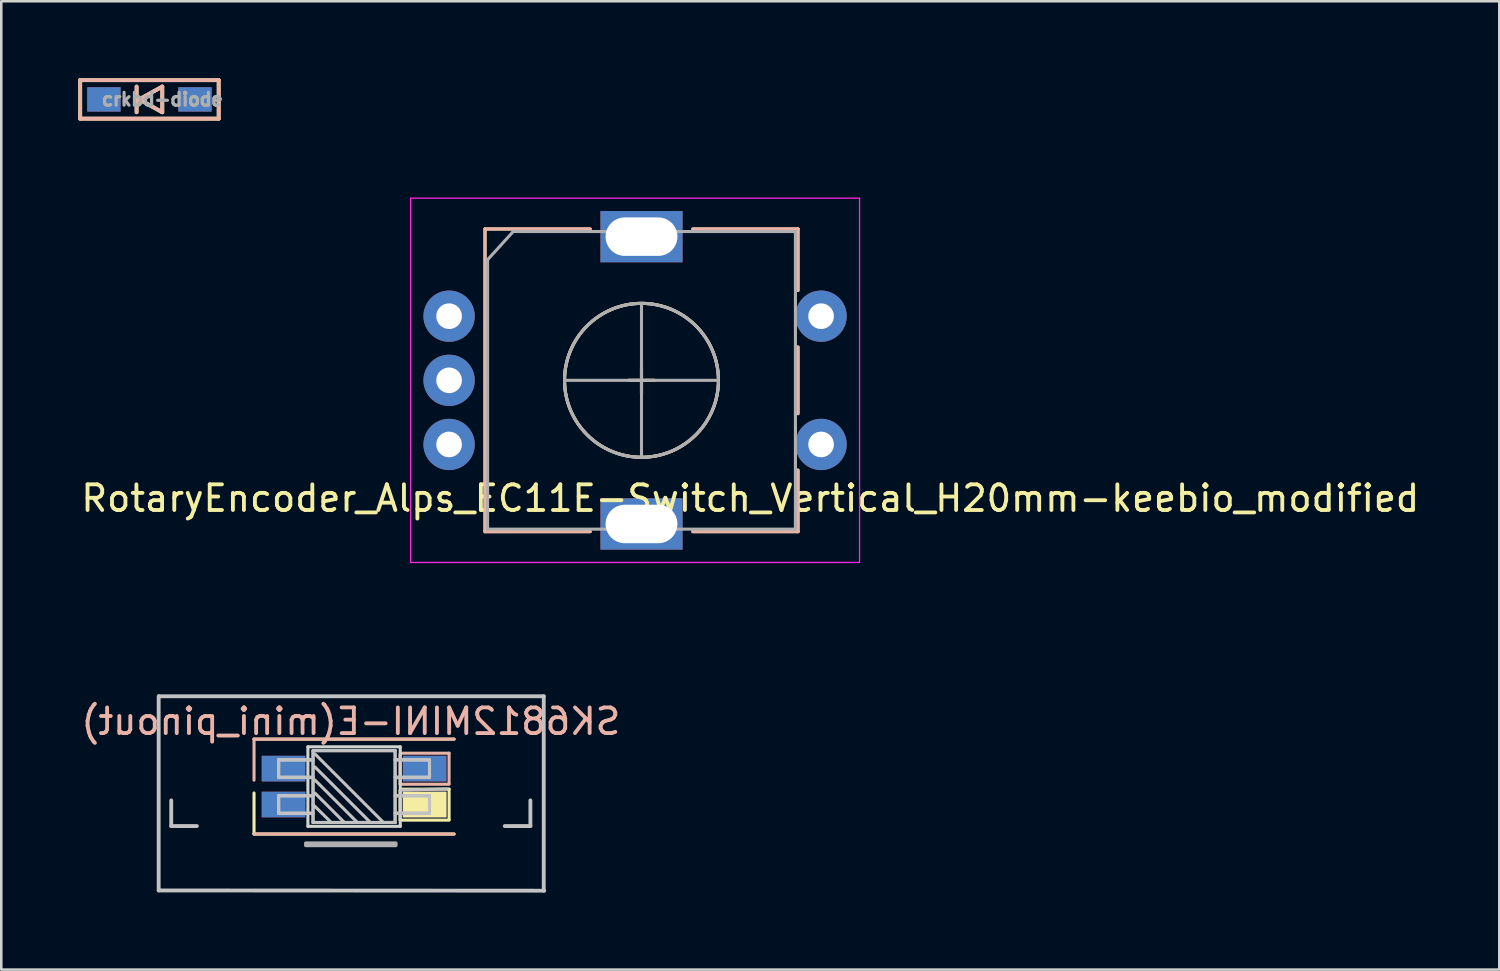
<source format=kicad_pcb>
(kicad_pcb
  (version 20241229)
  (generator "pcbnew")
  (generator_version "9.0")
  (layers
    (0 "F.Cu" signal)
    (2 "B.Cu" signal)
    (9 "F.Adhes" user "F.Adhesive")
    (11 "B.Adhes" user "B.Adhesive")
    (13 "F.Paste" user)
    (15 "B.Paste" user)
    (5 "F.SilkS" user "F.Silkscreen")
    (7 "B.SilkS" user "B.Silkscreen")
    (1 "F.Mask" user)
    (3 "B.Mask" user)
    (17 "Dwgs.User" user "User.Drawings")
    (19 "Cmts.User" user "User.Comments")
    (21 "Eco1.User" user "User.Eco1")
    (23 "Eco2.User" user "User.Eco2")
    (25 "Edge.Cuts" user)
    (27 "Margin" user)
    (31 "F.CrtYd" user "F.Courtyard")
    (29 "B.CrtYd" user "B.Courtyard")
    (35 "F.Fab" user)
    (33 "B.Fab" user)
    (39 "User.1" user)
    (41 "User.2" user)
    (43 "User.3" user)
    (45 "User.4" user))
  (footprint "RotaryEncoder_Alps_EC11E-Switch_Vertical_H20mm-keebio_modified"
    (layer "F.Cu")
    (at 21.956 11.775)
    (property "Reference" "RotaryEncoder_Alps_EC11E-Switch_Vertical_H20mm-keebio_modified" (at 4.24 4.6 0) (layer "F.SilkS") (effects (font (size 1 1) (thickness 0.15))))
    (attr through_hole)
    (fp_line (start -6.1 -5.9) (end -6.1 5.9) (stroke (width 0.12) (type solid)) (layer "F.SilkS"))
    (fp_line (start -2 -5.9) (end -6.1 -5.9) (stroke (width 0.12) (type solid)) (layer "F.SilkS"))
    (fp_line (start -2 5.9) (end -6.1 5.9) (stroke (width 0.12) (type solid)) (layer "F.SilkS"))
    (fp_line (start -0.5 0) (end 0.5 0) (stroke (width 0.12) (type solid)) (layer "F.SilkS"))
    (fp_line (start 0 -0.5) (end 0 0.5) (stroke (width 0.12) (type solid)) (layer "F.SilkS"))
    (fp_line (start 2 -5.9) (end 6.1 -5.9) (stroke (width 0.12) (type solid)) (layer "F.SilkS"))
    (fp_line (start 6.1 -5.9) (end 6.1 -3.5) (stroke (width 0.12) (type solid)) (layer "F.SilkS"))
    (fp_line (start 6.1 -1.3) (end 6.1 1.3) (stroke (width 0.12) (type solid)) (layer "F.SilkS"))
    (fp_line (start 6.1 3.5) (end 6.1 5.9) (stroke (width 0.12) (type solid)) (layer "F.SilkS"))
    (fp_line (start 6.1 5.9) (end 2 5.9) (stroke (width 0.12) (type solid)) (layer "F.SilkS"))
    (fp_circle (center 0 0) (end 3 0) (stroke (width 0.12) (type solid)) (fill no) (layer "F.SilkS"))
    (fp_line (start -6.1 -5.9) (end -6.1 5.9) (stroke (width 0.12) (type solid)) (layer "B.SilkS"))
    (fp_line (start -2 -5.9) (end -6.1 -5.9) (stroke (width 0.12) (type solid)) (layer "B.SilkS"))
    (fp_line (start -2 5.9) (end -6.1 5.9) (stroke (width 0.12) (type solid)) (layer "B.SilkS"))
    (fp_line (start -0.5 0) (end 0.5 0) (stroke (width 0.12) (type solid)) (layer "B.SilkS"))
    (fp_line (start 0 -0.5) (end 0 0.5) (stroke (width 0.12) (type solid)) (layer "B.SilkS"))
    (fp_line (start 2 -5.9) (end 6.1 -5.9) (stroke (width 0.12) (type solid)) (layer "B.SilkS"))
    (fp_line (start 6.1 -5.9) (end 6.1 -3.5) (stroke (width 0.12) (type solid)) (layer "B.SilkS"))
    (fp_line (start 6.1 -1.3) (end 6.1 1.3) (stroke (width 0.12) (type solid)) (layer "B.SilkS"))
    (fp_line (start 6.1 3.5) (end 6.1 5.9) (stroke (width 0.12) (type solid)) (layer "B.SilkS"))
    (fp_line (start 6.1 5.9) (end 2 5.9) (stroke (width 0.12) (type solid)) (layer "B.SilkS"))
    (fp_circle (center 0 0) (end 3 0) (stroke (width 0.12) (type solid)) (fill no) (layer "B.SilkS"))
    (fp_line (start -9 -7.1) (end -9 7.1) (stroke (width 0.05) (type solid)) (layer "F.CrtYd"))
    (fp_line (start -9 -7.1) (end 8.5 -7.1) (stroke (width 0.05) (type solid)) (layer "F.CrtYd"))
    (fp_line (start 8.5 7.1) (end -9 7.1) (stroke (width 0.05) (type solid)) (layer "F.CrtYd"))
    (fp_line (start 8.5 7.1) (end 8.5 -7.1) (stroke (width 0.05) (type solid)) (layer "F.CrtYd"))
    (fp_line (start -6 -4.7) (end -5 -5.8) (stroke (width 0.12) (type solid)) (layer "F.Fab"))
    (fp_line (start -6 5.8) (end -6 -4.7) (stroke (width 0.12) (type solid)) (layer "F.Fab"))
    (fp_line (start -5 -5.8) (end 6 -5.8) (stroke (width 0.12) (type solid)) (layer "F.Fab"))
    (fp_line (start -3 0) (end 3 0) (stroke (width 0.12) (type solid)) (layer "F.Fab"))
    (fp_line (start 0 -3) (end 0 3) (stroke (width 0.12) (type solid)) (layer "F.Fab"))
    (fp_line (start 6 -5.8) (end 6 5.8) (stroke (width 0.12) (type solid)) (layer "F.Fab"))
    (fp_line (start 6 5.8) (end -6 5.8) (stroke (width 0.12) (type solid)) (layer "F.Fab"))
    (fp_circle (center 0 0) (end 3 0) (stroke (width 0.12) (type solid)) (fill no) (layer "F.Fab"))
    (pad "A" thru_hole circle (at -7.5 -2.5) (size 2 2) (drill 1) (layers "*.Cu" "*.Mask"))
    (pad "B" thru_hole circle (at -7.5 2.5) (size 2 2) (drill 1) (layers "*.Cu" "*.Mask"))
    (pad "C" thru_hole circle (at -7.5 0) (size 2 2) (drill 1) (layers "*.Cu" "*.Mask"))
    (pad "MP" thru_hole rect (at 0 -5.6) (size 3.2 2) (drill oval 2.8 1.5) (layers "*.Cu" "*.Mask"))
    (pad "MP" thru_hole rect (at 0 5.6) (size 3.2 2) (drill oval 2.8 1.5) (layers "*.Cu" "*.Mask"))
    (pad "S1" thru_hole circle (at 7 2.5) (size 2 2) (drill 1) (layers "*.Cu" "*.Mask"))
    (pad "S2" thru_hole circle (at 7 -2.5) (size 2 2) (drill 1) (layers "*.Cu" "*.Mask")))
  (footprint "crkbd-diode"
    (layer "F.Cu")
    (at 2.775 0.825)
    (property "Reference" "crkbd-diode" (at 0.5 0 180) (layer "F.Fab") (effects (font (size 0.5 0.5) (thickness 0.125))))
    (attr through_hole)
    (fp_line (start -2.7 -0.75) (end -2.7 0.75) (stroke (width 0.15) (type solid)) (layer "F.SilkS"))
    (fp_line (start -2.7 0.75) (end 2.7 0.75) (stroke (width 0.15) (type solid)) (layer "F.SilkS"))
    (fp_line (start -0.5 -0.5) (end -0.5 0.5) (stroke (width 0.15) (type solid)) (layer "F.SilkS"))
    (fp_line (start -0.4 0) (end 0.5 -0.5) (stroke (width 0.15) (type solid)) (layer "F.SilkS"))
    (fp_line (start 0.5 -0.5) (end 0.5 0.5) (stroke (width 0.15) (type solid)) (layer "F.SilkS"))
    (fp_line (start 0.5 0.5) (end -0.4 0) (stroke (width 0.15) (type solid)) (layer "F.SilkS"))
    (fp_line (start 2.7 -0.75) (end -2.7 -0.75) (stroke (width 0.15) (type solid)) (layer "F.SilkS"))
    (fp_line (start 2.7 -0.75) (end 2.7 0.75) (stroke (width 0.15) (type solid)) (layer "F.SilkS"))
    (fp_line (start -2.7 -0.75) (end -2.7 0.75) (stroke (width 0.15) (type solid)) (layer "B.SilkS"))
    (fp_line (start -2.7 0.75) (end 2.7 0.75) (stroke (width 0.15) (type solid)) (layer "B.SilkS"))
    (fp_line (start -0.5 -0.5) (end -0.5 0.5) (stroke (width 0.15) (type solid)) (layer "B.SilkS"))
    (fp_line (start -0.4 0) (end 0.5 -0.5) (stroke (width 0.15) (type solid)) (layer "B.SilkS"))
    (fp_line (start 0.5 -0.5) (end 0.5 0.5) (stroke (width 0.15) (type solid)) (layer "B.SilkS"))
    (fp_line (start 0.5 0.5) (end -0.4 0) (stroke (width 0.15) (type solid)) (layer "B.SilkS"))
    (fp_line (start 2.7 -0.75) (end -2.7 -0.75) (stroke (width 0.15) (type solid)) (layer "B.SilkS"))
    (fp_line (start 2.7 0.75) (end 2.7 -0.75) (stroke (width 0.15) (type solid)) (layer "B.SilkS"))
    (pad "1" smd rect (at -1.775 0) (size 1.3 0.95) (layers "F.Cu" "F.Mask" "F.Paste"))
    (pad "1" smd rect (at -1.775 0) (size 1.3 0.95) (layers "B.Cu" "B.Mask" "B.Paste"))
    (pad "2" smd rect (at 1.775 0) (size 1.3 0.95) (layers "F.Cu" "F.Mask" "F.Paste"))
    (pad "2" smd rect (at 1.775 0) (size 1.3 0.95) (layers "B.Cu" "B.Mask" "B.Paste")))
  (footprint "SK6812MINI-E(mini_pinout)"
    (layer "F.Cu")
    (at 10.625 22.15)
    (property "Reference" "SK6812MINI-E(mini_pinout)" (at 0 2.921 0) (unlocked yes) (layer "B.SilkS") (effects (font (size 1 1) (thickness 0.15)) (justify mirror)))
    (attr through_hole)
    (fp_line (start -3.773 5.711) (end -3.773 7.311) (stroke (width 0.12) (type solid)) (layer "F.SilkS"))
    (fp_line (start -3.773 7.311) (end 4.027 7.311) (stroke (width 0.12) (type solid)) (layer "F.SilkS"))
    (fp_line (start 1.92 6.75) (end 1.92 5.6) (stroke (width 0.12) (type solid)) (layer "F.SilkS"))
    (fp_line (start 1.95 5.56) (end 3.83 5.56) (stroke (width 0.12) (type solid)) (layer "F.SilkS"))
    (fp_line (start 3.83 5.56) (end 3.83 6.75) (stroke (width 0.12) (type solid)) (layer "F.SilkS"))
    (fp_line (start 3.83 6.77) (end 1.92 6.77) (stroke (width 0.12) (type solid)) (layer "F.SilkS"))
    (fp_line (start 4.027 3.611) (end -3.773 3.611) (stroke (width 0.12) (type solid)) (layer "F.SilkS"))
    (fp_line (start -3.773 3.611) (end 4.027 3.611) (stroke (width 0.12) (type solid)) (layer "B.SilkS"))
    (fp_line (start -3.773 5.211) (end -3.773 3.611) (stroke (width 0.12) (type solid)) (layer "B.SilkS"))
    (fp_line (start 1.92 5.35) (end 1.92 4.2) (stroke (width 0.12) (type solid)) (layer "B.SilkS"))
    (fp_line (start 1.95 4.16) (end 3.83 4.16) (stroke (width 0.12) (type solid)) (layer "B.SilkS"))
    (fp_line (start 3.83 4.16) (end 3.83 5.35) (stroke (width 0.12) (type solid)) (layer "B.SilkS"))
    (fp_line (start 3.83 5.37) (end 1.92 5.37) (stroke (width 0.12) (type solid)) (layer "B.SilkS"))
    (fp_line (start 4.027 7.311) (end -3.773 7.311) (stroke (width 0.12) (type solid)) (layer "B.SilkS"))
    (fp_line (start -7.49 9.51) (end -7.49 1.94) (stroke (width 0.15) (type solid)) (layer "Dwgs.User"))
    (fp_line (start -7.48 1.94) (end 7.52 1.94) (stroke (width 0.15) (type solid)) (layer "Dwgs.User"))
    (fp_line (start -7 6) (end -7 7) (stroke (width 0.15) (type solid)) (layer "Dwgs.User"))
    (fp_line (start -7 7) (end -6 7) (stroke (width 0.15) (type solid)) (layer "Dwgs.User"))
    (fp_line (start -2.813 4.411) (end -2.813 5.091) (stroke (width 0.12) (type solid)) (layer "Dwgs.User"))
    (fp_line (start -2.813 4.431) (end -1.473 4.431) (stroke (width 0.12) (type solid)) (layer "Dwgs.User"))
    (fp_line (start -2.813 5.091) (end -1.473 5.091) (stroke (width 0.12) (type solid)) (layer "Dwgs.User"))
    (fp_line (start -2.813 5.111) (end -2.813 4.431) (stroke (width 0.12) (type solid)) (layer "Dwgs.User"))
    (fp_line (start -2.813 5.811) (end -2.813 6.491) (stroke (width 0.12) (type solid)) (layer "Dwgs.User"))
    (fp_line (start -2.813 5.831) (end -1.473 5.831) (stroke (width 0.12) (type solid)) (layer "Dwgs.User"))
    (fp_line (start -2.813 6.491) (end -1.473 6.491) (stroke (width 0.12) (type solid)) (layer "Dwgs.User"))
    (fp_line (start -2.813 6.511) (end -2.813 5.831) (stroke (width 0.12) (type solid)) (layer "Dwgs.User"))
    (fp_line (start -1.473 4.061) (end -1.473 6.861) (stroke (width 0.12) (type solid)) (layer "Dwgs.User"))
    (fp_line (start -1.473 4.061) (end 1.727 4.061) (stroke (width 0.12) (type solid)) (layer "Dwgs.User"))
    (fp_line (start -1.473 4.061) (end 1.727 4.061) (stroke (width 0.12) (type solid)) (layer "Dwgs.User"))
    (fp_line (start -1.473 4.411) (end -2.813 4.411) (stroke (width 0.12) (type solid)) (layer "Dwgs.User"))
    (fp_line (start -1.473 5.111) (end -2.813 5.111) (stroke (width 0.12) (type solid)) (layer "Dwgs.User"))
    (fp_line (start -1.473 5.811) (end -2.813 5.811) (stroke (width 0.12) (type solid)) (layer "Dwgs.User"))
    (fp_line (start -1.473 6.161) (end -0.762 6.861) (stroke (width 0.12) (type solid)) (layer "Dwgs.User"))
    (fp_line (start -1.473 6.511) (end -2.813 6.511) (stroke (width 0.12) (type solid)) (layer "Dwgs.User"))
    (fp_line (start -1.473 6.861) (end -1.473 4.061) (stroke (width 0.12) (type solid)) (layer "Dwgs.User"))
    (fp_line (start -1.473 6.861) (end 1.727 6.861) (stroke (width 0.12) (type solid)) (layer "Dwgs.User"))
    (fp_line (start -1.473 6.861) (end 1.727 6.861) (stroke (width 0.12) (type solid)) (layer "Dwgs.User"))
    (fp_line (start -1.397 4.191) (end 1.27 6.858) (stroke (width 0.12) (type solid)) (layer "Dwgs.User"))
    (fp_line (start -1.397 4.699) (end 0.762 6.858) (stroke (width 0.12) (type solid)) (layer "Dwgs.User"))
    (fp_line (start -1.397 5.207) (end 0.254 6.858) (stroke (width 0.12) (type solid)) (layer "Dwgs.User"))
    (fp_line (start -1.397 5.715) (end -0.254 6.858) (stroke (width 0.12) (type solid)) (layer "Dwgs.User"))
    (fp_line (start 1.727 4.061) (end 1.727 6.861) (stroke (width 0.12) (type solid)) (layer "Dwgs.User"))
    (fp_line (start 1.727 4.431) (end 3.067 4.431) (stroke (width 0.12) (type solid)) (layer "Dwgs.User"))
    (fp_line (start 1.727 5.091) (end 3.067 5.091) (stroke (width 0.12) (type solid)) (layer "Dwgs.User"))
    (fp_line (start 1.727 5.831) (end 3.067 5.831) (stroke (width 0.12) (type solid)) (layer "Dwgs.User"))
    (fp_line (start 1.727 6.491) (end 3.067 6.491) (stroke (width 0.12) (type solid)) (layer "Dwgs.User"))
    (fp_line (start 1.727 6.861) (end 1.727 4.061) (stroke (width 0.12) (type solid)) (layer "Dwgs.User"))
    (fp_line (start 1.97 5.6) (end 3.76 5.55) (stroke (width 0.12) (type solid)) (layer "Dwgs.User"))
    (fp_line (start 3.067 4.411) (end 1.727 4.411) (stroke (width 0.12) (type solid)) (layer "Dwgs.User"))
    (fp_line (start 3.067 4.431) (end 3.067 5.111) (stroke (width 0.12) (type solid)) (layer "Dwgs.User"))
    (fp_line (start 3.067 5.091) (end 3.067 4.411) (stroke (width 0.12) (type solid)) (layer "Dwgs.User"))
    (fp_line (start 3.067 5.111) (end 1.727 5.111) (stroke (width 0.12) (type solid)) (layer "Dwgs.User"))
    (fp_line (start 3.067 5.811) (end 1.727 5.811) (stroke (width 0.12) (type solid)) (layer "Dwgs.User"))
    (fp_line (start 3.067 5.831) (end 3.067 6.511) (stroke (width 0.12) (type solid)) (layer "Dwgs.User"))
    (fp_line (start 3.067 6.491) (end 3.067 5.811) (stroke (width 0.12) (type solid)) (layer "Dwgs.User"))
    (fp_line (start 3.067 6.511) (end 1.727 6.511) (stroke (width 0.12) (type solid)) (layer "Dwgs.User"))
    (fp_line (start 6 7) (end 7 7) (stroke (width 0.15) (type solid)) (layer "Dwgs.User"))
    (fp_line (start 7 7) (end 7 6) (stroke (width 0.15) (type solid)) (layer "Dwgs.User"))
    (fp_line (start 7.52 1.94) (end 7.52 9.52) (stroke (width 0.15) (type solid)) (layer "Dwgs.User"))
    (fp_line (start 7.54 9.52) (end -7.49 9.51) (stroke (width 0.15) (type solid)) (layer "Dwgs.User"))
    (fp_line (start -1.673 3.911) (end 1.927 3.911) (stroke (width 0.12) (type solid)) (layer "Edge.Cuts"))
    (fp_line (start -1.673 7.011) (end -1.673 3.911) (stroke (width 0.12) (type solid)) (layer "Edge.Cuts"))
    (fp_line (start 1.927 3.911) (end 1.927 7.011) (stroke (width 0.12) (type solid)) (layer "Edge.Cuts"))
    (fp_line (start 1.927 7.011) (end -1.673 7.011) (stroke (width 0.12) (type solid)) (layer "Edge.Cuts"))
    (fp_line (start -1.75 7.672) (end 1.75 7.672) (stroke (width 0.15) (type solid)) (layer "F.Fab"))
    (fp_line (start 1.75 7.75) (end -1.75 7.75) (stroke (width 0.15) (type solid)) (layer "F.Fab"))
    (pad "1" smd rect (at 2.877 4.761) (size 1.7 1) (layers "B.Cu" "B.Mask" "B.Paste"))
    (pad "1" smd rect (at 2.877 6.161 180) (size 1.7 1) (layers "F.Cu" "F.Mask" "F.SilkS" "F.Paste"))
    (pad "2" smd rect (at -2.623 4.761) (size 1.7 1) (layers "B.Cu" "B.Mask" "B.Paste"))
    (pad "2" smd rect (at -2.623 6.161 180) (size 1.7 1) (layers "F.Cu" "F.Mask" "F.Paste"))
    (pad "3" smd rect (at -2.623 4.761 180) (size 1.7 1) (layers "F.Cu" "F.Mask" "F.Paste"))
    (pad "3" smd rect (at -2.623 6.161) (size 1.7 1) (layers "B.Cu" "B.Mask" "B.Paste"))
    (pad "4" smd rect (at 2.877 4.761 180) (size 1.7 1) (layers "F.Cu" "F.Mask" "F.Paste"))
    (pad "4" smd rect (at 2.877 6.161) (size 1.7 1) (layers "B.Cu" "B.Mask" "B.Paste")))
  (gr_rect
    (start -3 -3)
    (end 55.393 34.745)
    (stroke (width 0.1) (type default))
    (fill no)
    (layer "Edge.Cuts")))
</source>
